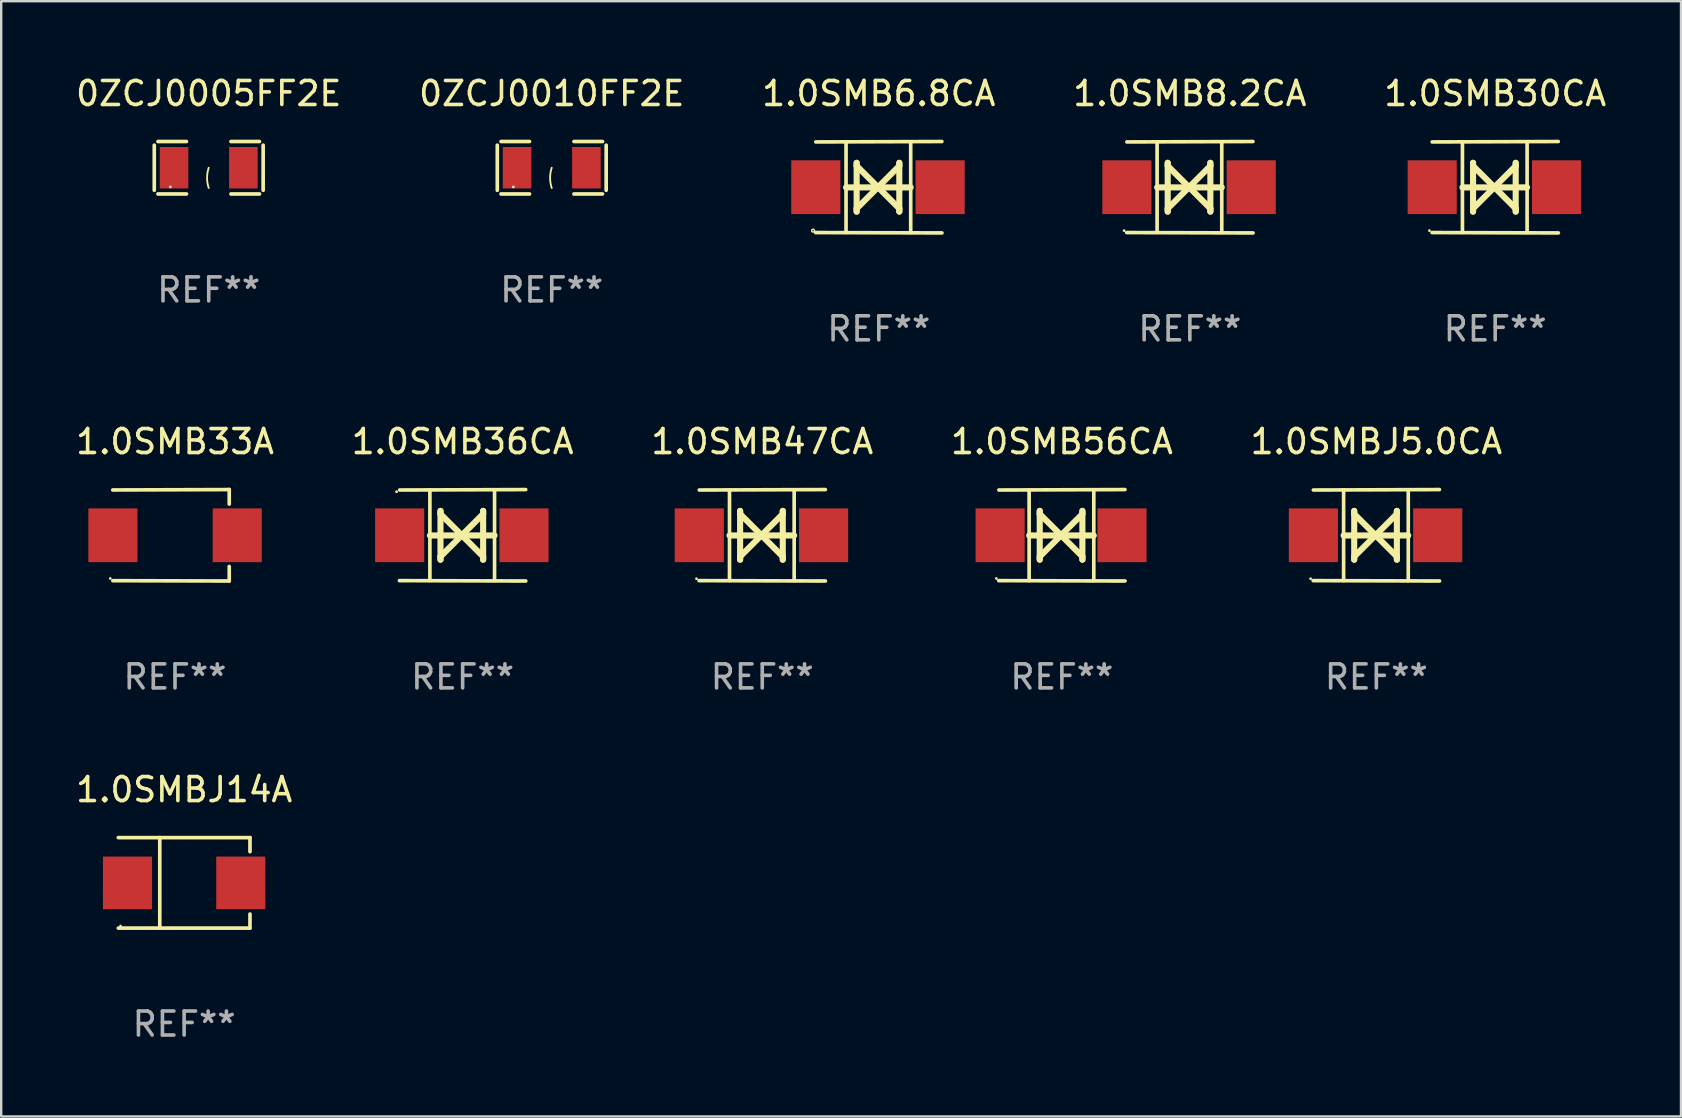
<source format=kicad_pcb>
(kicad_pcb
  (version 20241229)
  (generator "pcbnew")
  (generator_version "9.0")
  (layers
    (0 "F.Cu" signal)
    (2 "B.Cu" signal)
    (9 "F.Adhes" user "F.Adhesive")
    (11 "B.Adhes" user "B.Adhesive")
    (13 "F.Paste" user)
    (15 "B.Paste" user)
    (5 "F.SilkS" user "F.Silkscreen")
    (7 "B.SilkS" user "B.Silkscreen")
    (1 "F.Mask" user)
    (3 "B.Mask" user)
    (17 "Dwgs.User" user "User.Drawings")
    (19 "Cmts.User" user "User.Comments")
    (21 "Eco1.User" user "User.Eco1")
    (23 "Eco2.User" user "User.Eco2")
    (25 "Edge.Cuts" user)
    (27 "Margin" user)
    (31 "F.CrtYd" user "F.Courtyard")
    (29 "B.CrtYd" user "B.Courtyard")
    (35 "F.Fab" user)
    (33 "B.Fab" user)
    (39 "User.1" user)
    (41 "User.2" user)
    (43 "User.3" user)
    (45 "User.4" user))
  (footprint "1.0SMB36CA"
    (layer "F.Cu")
    (at 16.232 19.26)
    (property "Reference" "1.0SMB36CA" (at 0 -3.905 0) (layer "F.SilkS") (effects (font (size 1 1) (thickness 0.15))))
    (attr through_hole)
    (fp_line (start -1.365 1.886) (end -1.365 -1.886) (stroke (width 0.152) (type solid)) (layer "F.SilkS"))
    (fp_line (start -1.365 0.008) (end 1.33 0.008) (stroke (width 0.254) (type solid)) (layer "F.SilkS"))
    (fp_line (start -0.923 -1.016) (end -0.923 1.016) (stroke (width 0.254) (type solid)) (layer "F.SilkS"))
    (fp_line (start -0.923 -0.889) (end -0.923 -1.016) (stroke (width 0.254) (type solid)) (layer "F.SilkS"))
    (fp_line (start -0.923 0.889) (end -0.034 0) (stroke (width 0.254) (type solid)) (layer "F.SilkS"))
    (fp_line (start -0.923 1.016) (end -0.923 0.889) (stroke (width 0.254) (type solid)) (layer "F.SilkS"))
    (fp_line (start -0.034 0) (end -0.923 -0.889) (stroke (width 0.254) (type solid)) (layer "F.SilkS"))
    (fp_line (start -0.034 0) (end 0.855 0.889) (stroke (width 0.254) (type solid)) (layer "F.SilkS"))
    (fp_line (start 0.855 -1.016) (end 0.855 -0.889) (stroke (width 0.254) (type solid)) (layer "F.SilkS"))
    (fp_line (start 0.855 -0.889) (end -0.034 0) (stroke (width 0.254) (type solid)) (layer "F.SilkS"))
    (fp_line (start 0.855 0.889) (end 0.855 1.016) (stroke (width 0.254) (type solid)) (layer "F.SilkS"))
    (fp_line (start 0.855 1.016) (end 0.855 -1.016) (stroke (width 0.254) (type solid)) (layer "F.SilkS"))
    (fp_line (start 1.33 1.886) (end 1.33 -1.886) (stroke (width 0.152) (type solid)) (layer "F.SilkS"))
    (fp_line (start 2.629 -1.905) (end -2.625 -1.887) (stroke (width 0.152) (type solid)) (layer "F.SilkS"))
    (fp_line (start 2.633 1.905) (end -2.633 1.89) (stroke (width 0.152) (type solid)) (layer "F.SilkS"))
    (fp_circle (center -2.753 -1.816) (end -2.723 -1.816) (stroke (width 0.06) (type solid)) (fill no) (layer "F.SilkS"))
    (fp_text user "REF**" (at 0 5.905 0) (layer "F.Fab") (effects (font (size 1 1) (thickness 0.15))))
    (pad "1" smd rect (at -2.625 0) (size 2.047 2.241) (layers "F.Cu" "F.Mask" "F.Paste"))
    (pad "2" smd rect (at 2.557 0) (size 2.047 2.241) (layers "F.Cu" "F.Mask" "F.Paste")))
  (footprint "1.0SMB8.2CA"
    (layer "F.Cu")
    (at 46.542 4.753)
    (property "Reference" "1.0SMB8.2CA" (at 0 -3.905 0) (layer "F.SilkS") (effects (font (size 1 1) (thickness 0.15))))
    (attr through_hole)
    (fp_line (start -1.365 1.886) (end -1.365 -1.886) (stroke (width 0.152) (type solid)) (layer "F.SilkS"))
    (fp_line (start -1.365 0.008) (end 1.33 0.008) (stroke (width 0.254) (type solid)) (layer "F.SilkS"))
    (fp_line (start -0.923 -1.016) (end -0.923 1.016) (stroke (width 0.254) (type solid)) (layer "F.SilkS"))
    (fp_line (start -0.923 -0.889) (end -0.923 -1.016) (stroke (width 0.254) (type solid)) (layer "F.SilkS"))
    (fp_line (start -0.923 0.889) (end -0.034 0) (stroke (width 0.254) (type solid)) (layer "F.SilkS"))
    (fp_line (start -0.923 1.016) (end -0.923 0.889) (stroke (width 0.254) (type solid)) (layer "F.SilkS"))
    (fp_line (start -0.034 0) (end -0.923 -0.889) (stroke (width 0.254) (type solid)) (layer "F.SilkS"))
    (fp_line (start -0.034 0) (end 0.855 0.889) (stroke (width 0.254) (type solid)) (layer "F.SilkS"))
    (fp_line (start 0.855 -1.016) (end 0.855 -0.889) (stroke (width 0.254) (type solid)) (layer "F.SilkS"))
    (fp_line (start 0.855 -0.889) (end -0.034 0) (stroke (width 0.254) (type solid)) (layer "F.SilkS"))
    (fp_line (start 0.855 0.889) (end 0.855 1.016) (stroke (width 0.254) (type solid)) (layer "F.SilkS"))
    (fp_line (start 0.855 1.016) (end 0.855 -1.016) (stroke (width 0.254) (type solid)) (layer "F.SilkS"))
    (fp_line (start 1.33 1.886) (end 1.33 -1.886) (stroke (width 0.152) (type solid)) (layer "F.SilkS"))
    (fp_line (start 2.629 -1.905) (end -2.625 -1.887) (stroke (width 0.152) (type solid)) (layer "F.SilkS"))
    (fp_line (start 2.633 1.905) (end -2.633 1.89) (stroke (width 0.152) (type solid)) (layer "F.SilkS"))
    (fp_circle (center -2.741 1.81) (end -2.711 1.81) (stroke (width 0.06) (type solid)) (fill no) (layer "F.SilkS"))
    (fp_text user "REF**" (at 0 5.905 0) (layer "F.Fab") (effects (font (size 1 1) (thickness 0.15))))
    (pad "1" smd rect (at -2.625 0) (size 2.047 2.241) (layers "F.Cu" "F.Mask" "F.Paste"))
    (pad "2" smd rect (at 2.557 0) (size 2.047 2.241) (layers "F.Cu" "F.Mask" "F.Paste")))
  (footprint "0ZCJ0010FF2E"
    (layer "F.Cu")
    (at 19.946 3.941)
    (property "Reference" "0ZCJ0010FF2E" (at 0 -3.093 0) (layer "F.SilkS") (effects (font (size 1 1) (thickness 0.15))))
    (attr through_hole)
    (fp_line (start -2.269 -0.94) (end -2.269 0.94) (stroke (width 0.152) (type solid)) (layer "F.SilkS"))
    (fp_line (start -2.116 1.093) (end -0.926 1.093) (stroke (width 0.152) (type solid)) (layer "F.SilkS"))
    (fp_line (start -0.926 -1.093) (end -2.116 -1.093) (stroke (width 0.152) (type solid)) (layer "F.SilkS"))
    (fp_line (start 0.926 -1.093) (end 2.116 -1.093) (stroke (width 0.152) (type solid)) (layer "F.SilkS"))
    (fp_line (start 2.116 1.093) (end 0.926 1.093) (stroke (width 0.152) (type solid)) (layer "F.SilkS"))
    (fp_line (start 2.269 -0.94) (end 2.269 0.94) (stroke (width 0.152) (type solid)) (layer "F.SilkS"))
    (fp_arc (start 0 0.844951) (mid -0.068559 0.422475) (end 0 0) (stroke (width 0.0762) (type solid)) (layer "F.SilkS"))
    (fp_circle (center -1.6 0.8) (end -1.57 0.8) (stroke (width 0.06) (type solid)) (fill no) (layer "F.SilkS"))
    (fp_text user "REF**" (at 0 5.093 0) (layer "F.Fab") (effects (font (size 1 1) (thickness 0.15))))
    (pad "1" smd rect (at -1.445 0) (size 1.19 1.728) (layers "F.Cu" "F.Mask" "F.Paste"))
    (pad "2" smd rect (at 1.445 0) (size 1.19 1.728) (layers "F.Cu" "F.Mask" "F.Paste")))
  (footprint "1.0SMB6.8CA"
    (layer "F.Cu")
    (at 33.577 4.753)
    (property "Reference" "1.0SMB6.8CA" (at 0 -3.905 0) (layer "F.SilkS") (effects (font (size 1 1) (thickness 0.15))))
    (attr through_hole)
    (fp_line (start -1.365 1.886) (end -1.365 -1.886) (stroke (width 0.152) (type solid)) (layer "F.SilkS"))
    (fp_line (start -1.365 0.008) (end 1.33 0.008) (stroke (width 0.254) (type solid)) (layer "F.SilkS"))
    (fp_line (start -0.923 -1.016) (end -0.923 1.016) (stroke (width 0.254) (type solid)) (layer "F.SilkS"))
    (fp_line (start -0.923 -0.889) (end -0.923 -1.016) (stroke (width 0.254) (type solid)) (layer "F.SilkS"))
    (fp_line (start -0.923 0.889) (end -0.034 0) (stroke (width 0.254) (type solid)) (layer "F.SilkS"))
    (fp_line (start -0.923 1.016) (end -0.923 0.889) (stroke (width 0.254) (type solid)) (layer "F.SilkS"))
    (fp_line (start -0.034 0) (end -0.923 -0.889) (stroke (width 0.254) (type solid)) (layer "F.SilkS"))
    (fp_line (start -0.034 0) (end 0.855 0.889) (stroke (width 0.254) (type solid)) (layer "F.SilkS"))
    (fp_line (start 0.855 -1.016) (end 0.855 -0.889) (stroke (width 0.254) (type solid)) (layer "F.SilkS"))
    (fp_line (start 0.855 -0.889) (end -0.034 0) (stroke (width 0.254) (type solid)) (layer "F.SilkS"))
    (fp_line (start 0.855 0.889) (end 0.855 1.016) (stroke (width 0.254) (type solid)) (layer "F.SilkS"))
    (fp_line (start 0.855 1.016) (end 0.855 -1.016) (stroke (width 0.254) (type solid)) (layer "F.SilkS"))
    (fp_line (start 1.33 1.886) (end 1.33 -1.886) (stroke (width 0.152) (type solid)) (layer "F.SilkS"))
    (fp_line (start 2.629 -1.905) (end -2.625 -1.887) (stroke (width 0.152) (type solid)) (layer "F.SilkS"))
    (fp_line (start 2.633 1.905) (end -2.633 1.89) (stroke (width 0.152) (type solid)) (layer "F.SilkS"))
    (fp_circle (center -2.741 1.81) (end -2.712 1.81) (stroke (width 0.06) (type solid)) (fill no) (layer "F.SilkS"))
    (fp_text user "REF**" (at 0 5.905 0) (layer "F.Fab") (effects (font (size 1 1) (thickness 0.15))))
    (pad "1" smd rect (at -2.625 0) (size 2.047 2.241) (layers "F.Cu" "F.Mask" "F.Paste"))
    (pad "2" smd rect (at 2.557 0) (size 2.047 2.241) (layers "F.Cu" "F.Mask" "F.Paste")))
  (footprint "1.0SMB47CA"
    (layer "F.Cu")
    (at 28.72 19.26)
    (property "Reference" "1.0SMB47CA" (at 0 -3.905 0) (layer "F.SilkS") (effects (font (size 1 1) (thickness 0.15))))
    (attr through_hole)
    (fp_line (start -1.365 1.886) (end -1.365 -1.886) (stroke (width 0.152) (type solid)) (layer "F.SilkS"))
    (fp_line (start -1.365 0.008) (end 1.33 0.008) (stroke (width 0.254) (type solid)) (layer "F.SilkS"))
    (fp_line (start -0.923 -1.016) (end -0.923 1.016) (stroke (width 0.254) (type solid)) (layer "F.SilkS"))
    (fp_line (start -0.923 -0.889) (end -0.923 -1.016) (stroke (width 0.254) (type solid)) (layer "F.SilkS"))
    (fp_line (start -0.923 0.889) (end -0.034 0) (stroke (width 0.254) (type solid)) (layer "F.SilkS"))
    (fp_line (start -0.923 1.016) (end -0.923 0.889) (stroke (width 0.254) (type solid)) (layer "F.SilkS"))
    (fp_line (start -0.034 0) (end -0.923 -0.889) (stroke (width 0.254) (type solid)) (layer "F.SilkS"))
    (fp_line (start -0.034 0) (end 0.855 0.889) (stroke (width 0.254) (type solid)) (layer "F.SilkS"))
    (fp_line (start 0.855 -1.016) (end 0.855 -0.889) (stroke (width 0.254) (type solid)) (layer "F.SilkS"))
    (fp_line (start 0.855 -0.889) (end -0.034 0) (stroke (width 0.254) (type solid)) (layer "F.SilkS"))
    (fp_line (start 0.855 0.889) (end 0.855 1.016) (stroke (width 0.254) (type solid)) (layer "F.SilkS"))
    (fp_line (start 0.855 1.016) (end 0.855 -1.016) (stroke (width 0.254) (type solid)) (layer "F.SilkS"))
    (fp_line (start 1.33 1.886) (end 1.33 -1.886) (stroke (width 0.152) (type solid)) (layer "F.SilkS"))
    (fp_line (start 2.629 -1.905) (end -2.625 -1.887) (stroke (width 0.152) (type solid)) (layer "F.SilkS"))
    (fp_line (start 2.633 1.905) (end -2.633 1.89) (stroke (width 0.152) (type solid)) (layer "F.SilkS"))
    (fp_circle (center -2.741 1.81) (end -2.711 1.81) (stroke (width 0.06) (type solid)) (fill no) (layer "F.SilkS"))
    (fp_text user "REF**" (at 0 5.905 0) (layer "F.Fab") (effects (font (size 1 1) (thickness 0.15))))
    (pad "1" smd rect (at -2.625 0) (size 2.047 2.241) (layers "F.Cu" "F.Mask" "F.Paste"))
    (pad "2" smd rect (at 2.557 0) (size 2.047 2.241) (layers "F.Cu" "F.Mask" "F.Paste")))
  (footprint "1.0SMBJ5.0CA"
    (layer "F.Cu")
    (at 54.315 19.26)
    (property "Reference" "1.0SMBJ5.0CA" (at 0 -3.905 0) (layer "F.SilkS") (effects (font (size 1 1) (thickness 0.15))))
    (attr through_hole)
    (fp_line (start -1.365 1.886) (end -1.365 -1.886) (stroke (width 0.152) (type solid)) (layer "F.SilkS"))
    (fp_line (start -1.365 0.008) (end 1.33 0.008) (stroke (width 0.254) (type solid)) (layer "F.SilkS"))
    (fp_line (start -0.923 -1.016) (end -0.923 1.016) (stroke (width 0.254) (type solid)) (layer "F.SilkS"))
    (fp_line (start -0.923 -0.889) (end -0.923 -1.016) (stroke (width 0.254) (type solid)) (layer "F.SilkS"))
    (fp_line (start -0.923 0.889) (end -0.034 0) (stroke (width 0.254) (type solid)) (layer "F.SilkS"))
    (fp_line (start -0.923 1.016) (end -0.923 0.889) (stroke (width 0.254) (type solid)) (layer "F.SilkS"))
    (fp_line (start -0.034 0) (end -0.923 -0.889) (stroke (width 0.254) (type solid)) (layer "F.SilkS"))
    (fp_line (start -0.034 0) (end 0.855 0.889) (stroke (width 0.254) (type solid)) (layer "F.SilkS"))
    (fp_line (start 0.855 -1.016) (end 0.855 -0.889) (stroke (width 0.254) (type solid)) (layer "F.SilkS"))
    (fp_line (start 0.855 -0.889) (end -0.034 0) (stroke (width 0.254) (type solid)) (layer "F.SilkS"))
    (fp_line (start 0.855 0.889) (end 0.855 1.016) (stroke (width 0.254) (type solid)) (layer "F.SilkS"))
    (fp_line (start 0.855 1.016) (end 0.855 -1.016) (stroke (width 0.254) (type solid)) (layer "F.SilkS"))
    (fp_line (start 1.33 1.886) (end 1.33 -1.886) (stroke (width 0.152) (type solid)) (layer "F.SilkS"))
    (fp_line (start 2.629 -1.905) (end -2.625 -1.887) (stroke (width 0.152) (type solid)) (layer "F.SilkS"))
    (fp_line (start 2.633 1.905) (end -2.633 1.89) (stroke (width 0.152) (type solid)) (layer "F.SilkS"))
    (fp_circle (center -2.741 1.81) (end -2.711 1.81) (stroke (width 0.06) (type solid)) (fill no) (layer "F.SilkS"))
    (fp_text user "REF**" (at 0 5.905 0) (layer "F.Fab") (effects (font (size 1 1) (thickness 0.15))))
    (pad "1" smd rect (at -2.625 0) (size 2.047 2.241) (layers "F.Cu" "F.Mask" "F.Paste"))
    (pad "2" smd rect (at 2.557 0) (size 2.047 2.241) (layers "F.Cu" "F.Mask" "F.Paste")))
  (footprint "1.0SMBJ14A"
    (layer "F.Cu")
    (at 4.625 33.747)
    (property "Reference" "1.0SMBJ14A" (at 0 -3.886 0) (layer "F.SilkS") (effects (font (size 1 1) (thickness 0.15))))
    (attr through_hole)
    (fp_line (start -2.744 -1.886) (end 2.744 -1.886) (stroke (width 0.152) (type solid)) (layer "F.SilkS"))
    (fp_line (start -2.744 1.886) (end 2.744 1.886) (stroke (width 0.152) (type solid)) (layer "F.SilkS"))
    (fp_line (start -1.016 -1.886) (end -1.016 1.886) (stroke (width 0.152) (type solid)) (layer "F.SilkS"))
    (fp_line (start 2.744 -1.886) (end 2.744 -1.299) (stroke (width 0.152) (type solid)) (layer "F.SilkS"))
    (fp_line (start 2.744 1.886) (end 2.744 1.299) (stroke (width 0.152) (type solid)) (layer "F.SilkS"))
    (fp_circle (center -2.65 1.8) (end -2.62 1.8) (stroke (width 0.06) (type solid)) (fill no) (layer "F.SilkS"))
    (fp_text user "REF**" (at 0 5.886 0) (layer "F.Fab") (effects (font (size 1 1) (thickness 0.15))))
    (pad "1" smd rect (at -2.361 0) (size 2.047 2.192) (layers "F.Cu" "F.Mask" "F.Paste"))
    (pad "2" smd rect (at 2.361 0) (size 2.047 2.192) (layers "F.Cu" "F.Mask" "F.Paste")))
  (footprint "0ZCJ0005FF2E"
    (layer "F.Cu")
    (at 5.649 3.941)
    (property "Reference" "0ZCJ0005FF2E" (at 0 -3.093 0) (layer "F.SilkS") (effects (font (size 1 1) (thickness 0.15))))
    (attr through_hole)
    (fp_line (start -2.269 -0.94) (end -2.269 0.94) (stroke (width 0.152) (type solid)) (layer "F.SilkS"))
    (fp_line (start -2.116 1.093) (end -0.926 1.093) (stroke (width 0.152) (type solid)) (layer "F.SilkS"))
    (fp_line (start -0.926 -1.093) (end -2.116 -1.093) (stroke (width 0.152) (type solid)) (layer "F.SilkS"))
    (fp_line (start 0.926 -1.093) (end 2.116 -1.093) (stroke (width 0.152) (type solid)) (layer "F.SilkS"))
    (fp_line (start 2.116 1.093) (end 0.926 1.093) (stroke (width 0.152) (type solid)) (layer "F.SilkS"))
    (fp_line (start 2.269 -0.94) (end 2.269 0.94) (stroke (width 0.152) (type solid)) (layer "F.SilkS"))
    (fp_arc (start 0 0.844951) (mid -0.068559 0.422475) (end 0 0) (stroke (width 0.0762) (type solid)) (layer "F.SilkS"))
    (fp_circle (center -1.6 0.8) (end -1.57 0.8) (stroke (width 0.06) (type solid)) (fill no) (layer "F.SilkS"))
    (fp_text user "REF**" (at 0 5.093 0) (layer "F.Fab") (effects (font (size 1 1) (thickness 0.15))))
    (pad "1" smd rect (at -1.445 0) (size 1.19 1.728) (layers "F.Cu" "F.Mask" "F.Paste"))
    (pad "2" smd rect (at 1.445 0) (size 1.19 1.728) (layers "F.Cu" "F.Mask" "F.Paste")))
  (footprint "1.0SMB56CA"
    (layer "F.Cu")
    (at 41.208 19.26)
    (property "Reference" "1.0SMB56CA" (at 0 -3.905 0) (layer "F.SilkS") (effects (font (size 1 1) (thickness 0.15))))
    (attr through_hole)
    (fp_line (start -1.365 1.886) (end -1.365 -1.886) (stroke (width 0.152) (type solid)) (layer "F.SilkS"))
    (fp_line (start -1.365 0.008) (end 1.33 0.008) (stroke (width 0.254) (type solid)) (layer "F.SilkS"))
    (fp_line (start -0.923 -1.016) (end -0.923 1.016) (stroke (width 0.254) (type solid)) (layer "F.SilkS"))
    (fp_line (start -0.923 -0.889) (end -0.923 -1.016) (stroke (width 0.254) (type solid)) (layer "F.SilkS"))
    (fp_line (start -0.923 0.889) (end -0.034 0) (stroke (width 0.254) (type solid)) (layer "F.SilkS"))
    (fp_line (start -0.923 1.016) (end -0.923 0.889) (stroke (width 0.254) (type solid)) (layer "F.SilkS"))
    (fp_line (start -0.034 0) (end -0.923 -0.889) (stroke (width 0.254) (type solid)) (layer "F.SilkS"))
    (fp_line (start -0.034 0) (end 0.855 0.889) (stroke (width 0.254) (type solid)) (layer "F.SilkS"))
    (fp_line (start 0.855 -1.016) (end 0.855 -0.889) (stroke (width 0.254) (type solid)) (layer "F.SilkS"))
    (fp_line (start 0.855 -0.889) (end -0.034 0) (stroke (width 0.254) (type solid)) (layer "F.SilkS"))
    (fp_line (start 0.855 0.889) (end 0.855 1.016) (stroke (width 0.254) (type solid)) (layer "F.SilkS"))
    (fp_line (start 0.855 1.016) (end 0.855 -1.016) (stroke (width 0.254) (type solid)) (layer "F.SilkS"))
    (fp_line (start 1.33 1.886) (end 1.33 -1.886) (stroke (width 0.152) (type solid)) (layer "F.SilkS"))
    (fp_line (start 2.629 -1.905) (end -2.625 -1.887) (stroke (width 0.152) (type solid)) (layer "F.SilkS"))
    (fp_line (start 2.633 1.905) (end -2.633 1.89) (stroke (width 0.152) (type solid)) (layer "F.SilkS"))
    (fp_circle (center -2.732 1.8) (end -2.702 1.8) (stroke (width 0.06) (type solid)) (fill no) (layer "F.SilkS"))
    (fp_text user "REF**" (at 0 5.905 0) (layer "F.Fab") (effects (font (size 1 1) (thickness 0.15))))
    (pad "1" smd rect (at -2.574 0) (size 2.047 2.241) (layers "F.Cu" "F.Mask" "F.Paste"))
    (pad "2" smd rect (at 2.506 0) (size 2.047 2.241) (layers "F.Cu" "F.Mask" "F.Paste")))
  (footprint "1.0SMB30CA"
    (layer "F.Cu")
    (at 59.268 4.753)
    (property "Reference" "1.0SMB30CA" (at 0 -3.905 0) (layer "F.SilkS") (effects (font (size 1 1) (thickness 0.15))))
    (attr through_hole)
    (fp_line (start -1.365 1.886) (end -1.365 -1.886) (stroke (width 0.152) (type solid)) (layer "F.SilkS"))
    (fp_line (start -1.365 0.008) (end 1.33 0.008) (stroke (width 0.254) (type solid)) (layer "F.SilkS"))
    (fp_line (start -0.923 -1.016) (end -0.923 1.016) (stroke (width 0.254) (type solid)) (layer "F.SilkS"))
    (fp_line (start -0.923 -0.889) (end -0.923 -1.016) (stroke (width 0.254) (type solid)) (layer "F.SilkS"))
    (fp_line (start -0.923 0.889) (end -0.034 0) (stroke (width 0.254) (type solid)) (layer "F.SilkS"))
    (fp_line (start -0.923 1.016) (end -0.923 0.889) (stroke (width 0.254) (type solid)) (layer "F.SilkS"))
    (fp_line (start -0.034 0) (end -0.923 -0.889) (stroke (width 0.254) (type solid)) (layer "F.SilkS"))
    (fp_line (start -0.034 0) (end 0.855 0.889) (stroke (width 0.254) (type solid)) (layer "F.SilkS"))
    (fp_line (start 0.855 -1.016) (end 0.855 -0.889) (stroke (width 0.254) (type solid)) (layer "F.SilkS"))
    (fp_line (start 0.855 -0.889) (end -0.034 0) (stroke (width 0.254) (type solid)) (layer "F.SilkS"))
    (fp_line (start 0.855 0.889) (end 0.855 1.016) (stroke (width 0.254) (type solid)) (layer "F.SilkS"))
    (fp_line (start 0.855 1.016) (end 0.855 -1.016) (stroke (width 0.254) (type solid)) (layer "F.SilkS"))
    (fp_line (start 1.33 1.886) (end 1.33 -1.886) (stroke (width 0.152) (type solid)) (layer "F.SilkS"))
    (fp_line (start 2.629 -1.905) (end -2.625 -1.887) (stroke (width 0.152) (type solid)) (layer "F.SilkS"))
    (fp_line (start 2.633 1.905) (end -2.633 1.89) (stroke (width 0.152) (type solid)) (layer "F.SilkS"))
    (fp_circle (center -2.741 1.81) (end -2.711 1.81) (stroke (width 0.06) (type solid)) (fill no) (layer "F.SilkS"))
    (fp_text user "REF**" (at 0 5.905 0) (layer "F.Fab") (effects (font (size 1 1) (thickness 0.15))))
    (pad "1" smd rect (at -2.625 0) (size 2.047 2.241) (layers "F.Cu" "F.Mask" "F.Paste"))
    (pad "2" smd rect (at 2.557 0) (size 2.047 2.241) (layers "F.Cu" "F.Mask" "F.Paste")))
  (footprint "1.0SMB33A"
    (layer "F.Cu")
    (at 4.244 19.26)
    (property "Reference" "1.0SMB33A" (at 0 -3.905 0) (layer "F.SilkS") (effects (font (size 1 1) (thickness 0.15))))
    (attr through_hole)
    (fp_line (start 2.256 -1.905) (end -2.594 -1.889) (stroke (width 0.152) (type solid)) (layer "F.SilkS"))
    (fp_line (start 2.256 -1.905) (end 2.26 -1.905) (stroke (width 0.152) (type solid)) (layer "F.SilkS"))
    (fp_line (start 2.26 -1.905) (end 2.26 -1.301) (stroke (width 0.152) (type solid)) (layer "F.SilkS"))
    (fp_line (start 2.26 1.301) (end 2.26 1.905) (stroke (width 0.152) (type solid)) (layer "F.SilkS"))
    (fp_line (start 2.26 1.905) (end -2.59 1.892) (stroke (width 0.152) (type solid)) (layer "F.SilkS"))
    (fp_circle (center -2.697 1.8) (end -2.667 1.8) (stroke (width 0.06) (type solid)) (fill no) (layer "F.SilkS"))
    (fp_text user "REF**" (at 0 5.905 0) (layer "F.Fab") (effects (font (size 1 1) (thickness 0.15))))
    (pad "1" smd rect (at -2.588 0) (size 2.047 2.241) (layers "F.Cu" "F.Mask" "F.Paste"))
    (pad "2" smd rect (at 2.594 0) (size 2.047 2.241) (layers "F.Cu" "F.Mask" "F.Paste")))
  (gr_rect
    (start -3 -3)
    (end 67.012 43.482)
    (stroke (width 0.1) (type default))
    (fill no)
    (layer "Edge.Cuts")))
</source>
